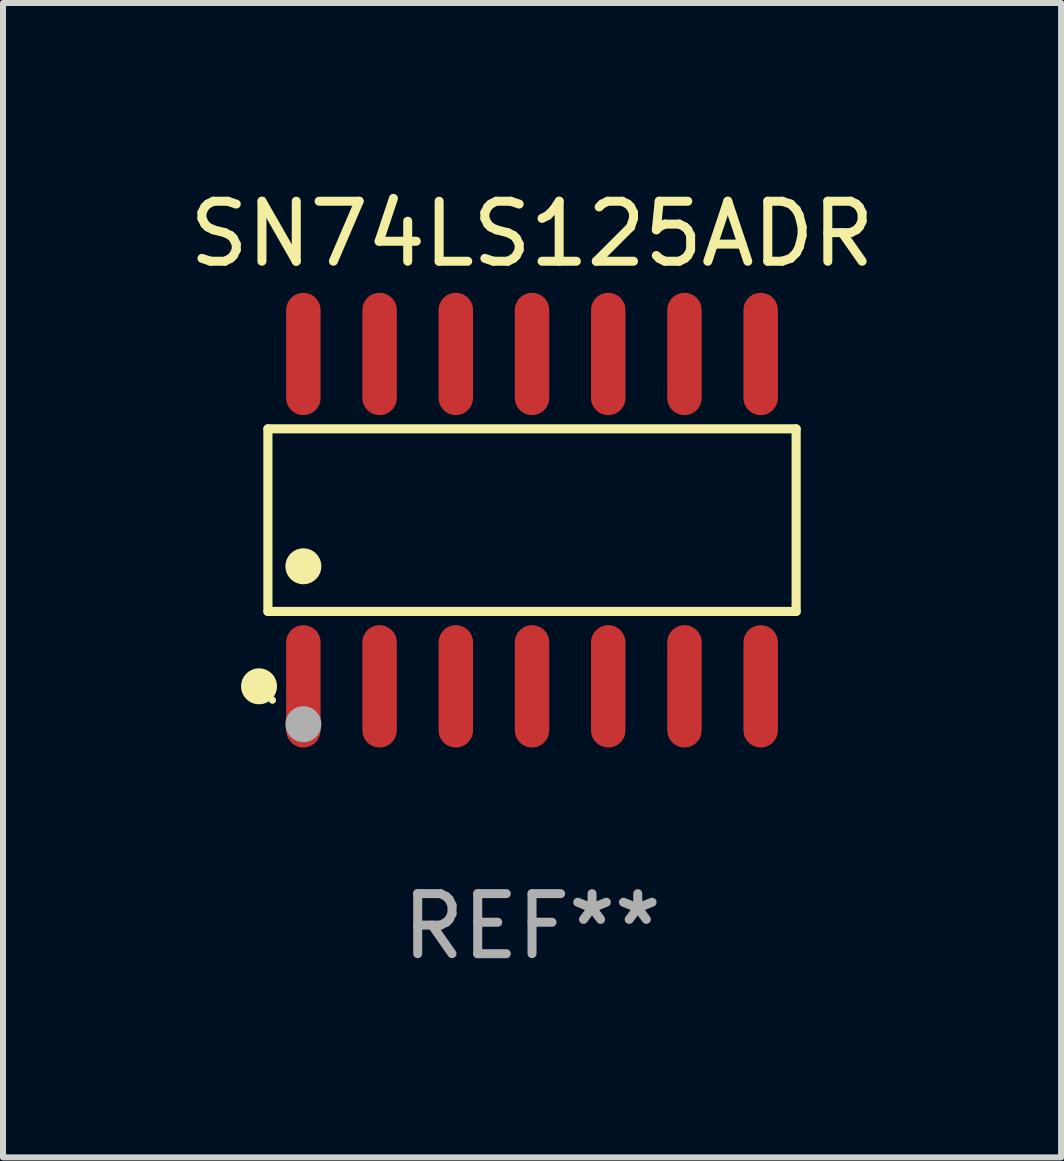
<source format=kicad_pcb>
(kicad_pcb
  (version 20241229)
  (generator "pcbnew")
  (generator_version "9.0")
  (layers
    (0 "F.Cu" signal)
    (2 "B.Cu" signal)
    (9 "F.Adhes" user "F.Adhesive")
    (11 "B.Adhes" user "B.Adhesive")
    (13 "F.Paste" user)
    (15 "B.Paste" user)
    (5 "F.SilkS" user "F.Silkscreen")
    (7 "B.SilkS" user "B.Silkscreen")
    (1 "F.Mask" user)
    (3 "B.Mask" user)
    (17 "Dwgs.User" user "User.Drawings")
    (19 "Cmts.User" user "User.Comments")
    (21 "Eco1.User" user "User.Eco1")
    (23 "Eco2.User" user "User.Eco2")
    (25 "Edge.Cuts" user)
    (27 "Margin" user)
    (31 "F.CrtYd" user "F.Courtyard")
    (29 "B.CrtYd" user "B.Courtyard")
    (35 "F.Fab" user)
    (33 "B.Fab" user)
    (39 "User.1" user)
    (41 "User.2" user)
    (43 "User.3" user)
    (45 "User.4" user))
  (footprint "SN74LS125ADR"
    (layer "F.Cu")
    (at 5.815 5.617)
    (property "Reference" "SN74LS125ADR" (at 0 -4.769 0) (layer "F.SilkS") (effects (font (size 1 1) (thickness 0.15))))
    (attr through_hole)
    (fp_line (start -4.401 -1.521) (end 4.401 -1.521) (stroke (width 0.152) (type solid)) (layer "F.SilkS"))
    (fp_line (start -4.401 1.521) (end -4.401 -1.521) (stroke (width 0.152) (type solid)) (layer "F.SilkS"))
    (fp_line (start 4.401 -1.521) (end 4.401 1.521) (stroke (width 0.152) (type solid)) (layer "F.SilkS"))
    (fp_line (start 4.401 1.521) (end -4.401 1.521) (stroke (width 0.152) (type solid)) (layer "F.SilkS"))
    (fp_circle (center -4.549 2.769) (end -4.399 2.769) (stroke (width 0.3) (type solid)) (fill no) (layer "F.SilkS"))
    (fp_circle (center -4.325 3) (end -4.295 3) (stroke (width 0.06) (type solid)) (fill no) (layer "F.SilkS"))
    (fp_circle (center -3.81 0.769) (end -3.66 0.769) (stroke (width 0.3) (type solid)) (fill no) (layer "F.SilkS"))
    (fp_circle (center -3.81 3.4) (end -3.66 3.4) (stroke (width 0.3) (type solid)) (fill no) (layer "F.Fab"))
    (fp_text user "REF**" (at 0 6.769 0) (layer "F.Fab") (effects (font (size 1 1) (thickness 0.15))))
    (pad "1" smd oval (at -3.81 2.769) (size 0.574 2.038) (layers "F.Cu" "F.Mask" "F.Paste"))
    (pad "2" smd oval (at -2.54 2.769) (size 0.574 2.038) (layers "F.Cu" "F.Mask" "F.Paste"))
    (pad "3" smd oval (at -1.27 2.769) (size 0.574 2.038) (layers "F.Cu" "F.Mask" "F.Paste"))
    (pad "4" smd oval (at 0 2.769) (size 0.574 2.038) (layers "F.Cu" "F.Mask" "F.Paste"))
    (pad "5" smd oval (at 1.27 2.769) (size 0.574 2.038) (layers "F.Cu" "F.Mask" "F.Paste"))
    (pad "6" smd oval (at 2.54 2.769) (size 0.574 2.038) (layers "F.Cu" "F.Mask" "F.Paste"))
    (pad "7" smd oval (at 3.81 2.769) (size 0.574 2.038) (layers "F.Cu" "F.Mask" "F.Paste"))
    (pad "8" smd oval (at 3.81 -2.769) (size 0.574 2.038) (layers "F.Cu" "F.Mask" "F.Paste"))
    (pad "9" smd oval (at 2.54 -2.769) (size 0.574 2.038) (layers "F.Cu" "F.Mask" "F.Paste"))
    (pad "10" smd oval (at 1.27 -2.769) (size 0.574 2.038) (layers "F.Cu" "F.Mask" "F.Paste"))
    (pad "11" smd oval (at 0 -2.769) (size 0.574 2.038) (layers "F.Cu" "F.Mask" "F.Paste"))
    (pad "12" smd oval (at -1.27 -2.769) (size 0.574 2.038) (layers "F.Cu" "F.Mask" "F.Paste"))
    (pad "13" smd oval (at -2.54 -2.769) (size 0.574 2.038) (layers "F.Cu" "F.Mask" "F.Paste"))
    (pad "14" smd oval (at -3.81 -2.769) (size 0.574 2.038) (layers "F.Cu" "F.Mask" "F.Paste")))
  (gr_rect
    (start -3 -3)
    (end 14.631 16.235)
    (stroke (width 0.1) (type default))
    (fill no)
    (layer "Edge.Cuts")))
</source>
